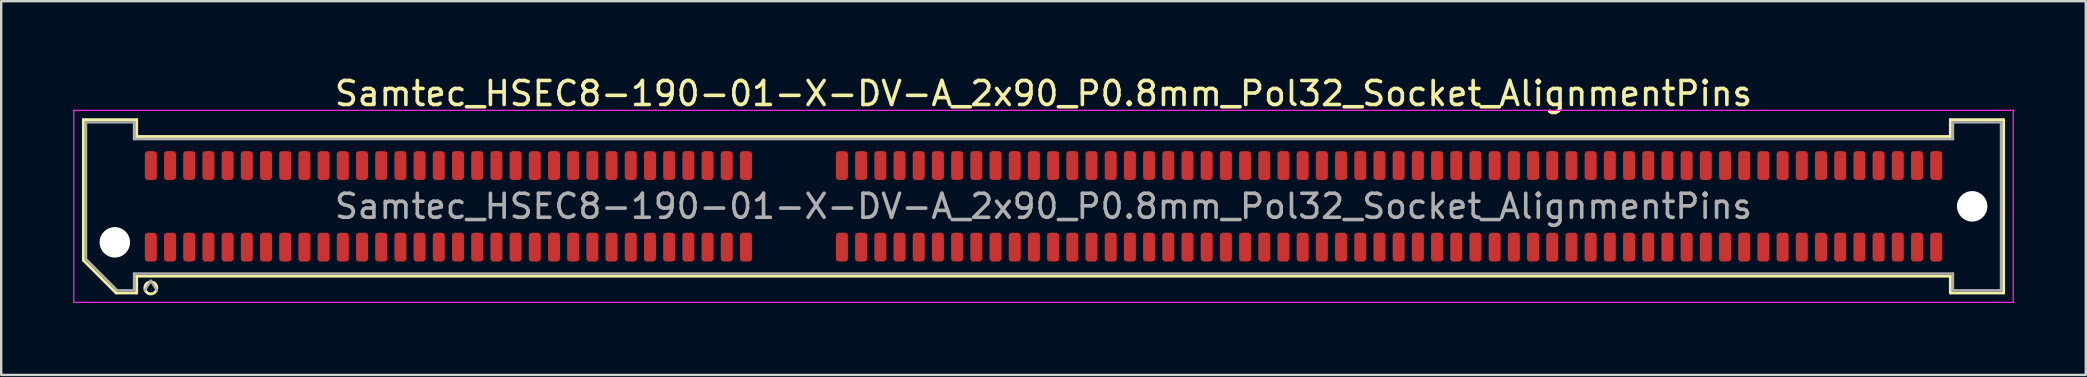
<source format=kicad_pcb>
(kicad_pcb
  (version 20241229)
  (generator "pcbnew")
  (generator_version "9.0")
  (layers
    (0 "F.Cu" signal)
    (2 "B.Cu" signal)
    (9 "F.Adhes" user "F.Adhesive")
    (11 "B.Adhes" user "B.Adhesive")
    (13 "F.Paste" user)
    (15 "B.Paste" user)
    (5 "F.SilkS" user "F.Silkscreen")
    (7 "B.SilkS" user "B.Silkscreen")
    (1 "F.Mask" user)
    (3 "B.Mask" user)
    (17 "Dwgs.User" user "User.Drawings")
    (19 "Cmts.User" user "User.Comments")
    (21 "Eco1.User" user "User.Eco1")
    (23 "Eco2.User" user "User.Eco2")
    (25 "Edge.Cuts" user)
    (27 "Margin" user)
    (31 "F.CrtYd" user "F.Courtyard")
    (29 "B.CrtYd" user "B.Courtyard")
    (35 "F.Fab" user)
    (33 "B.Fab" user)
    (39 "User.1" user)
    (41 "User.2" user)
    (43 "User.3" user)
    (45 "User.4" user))
  (footprint "Samtec_HSEC8-190-01-X-DV-A_2x90_P0.8mm_Pol32_Socket_AlignmentPins"
    (layer "F.Cu")
    (at 40.435 5.548)
    (property "Reference" "Samtec_HSEC8-190-01-X-DV-A_2x90_P0.8mm_Pol32_Socket_AlignmentPins" (at 0 -4.7 0) (layer "F.SilkS") (effects (font (size 1 1) (thickness 0.15))))
    (attr smd)
    (fp_line (start -40.01 -3.61) (end -37.79 -3.61) (stroke (width 0.12) (type solid)) (layer "F.SilkS"))
    (fp_line (start -40.01 2.246) (end -40.01 -3.61) (stroke (width 0.12) (type solid)) (layer "F.SilkS"))
    (fp_line (start -38.646 3.61) (end -40.01 2.246) (stroke (width 0.12) (type solid)) (layer "F.SilkS"))
    (fp_line (start -37.79 -3.61) (end -37.79 -2.91) (stroke (width 0.12) (type solid)) (layer "F.SilkS"))
    (fp_line (start -37.79 -2.91) (end 37.79 -2.91) (stroke (width 0.12) (type solid)) (layer "F.SilkS"))
    (fp_line (start -37.79 2.91) (end -37.79 3.61) (stroke (width 0.12) (type solid)) (layer "F.SilkS"))
    (fp_line (start -37.79 3.61) (end -38.646 3.61) (stroke (width 0.12) (type solid)) (layer "F.SilkS"))
    (fp_line (start 37.79 -3.61) (end 40.01 -3.61) (stroke (width 0.12) (type solid)) (layer "F.SilkS"))
    (fp_line (start 37.79 -2.91) (end 37.79 -3.61) (stroke (width 0.12) (type solid)) (layer "F.SilkS"))
    (fp_line (start 37.79 2.91) (end -37.79 2.91) (stroke (width 0.12) (type solid)) (layer "F.SilkS"))
    (fp_line (start 37.79 3.61) (end 37.79 2.91) (stroke (width 0.12) (type solid)) (layer "F.SilkS"))
    (fp_line (start 40.01 -3.61) (end 40.01 3.61) (stroke (width 0.12) (type solid)) (layer "F.SilkS"))
    (fp_line (start 40.01 3.61) (end 37.79 3.61) (stroke (width 0.12) (type solid)) (layer "F.SilkS"))
    (fp_arc (start -36.95 3.4) (mid -37.45 3.4) (end -36.95 3.4) (stroke (width 0.12) (type solid)) (layer "F.SilkS"))
    (fp_line (start -40.41 -4) (end -40.41 4) (stroke (width 0.05) (type solid)) (layer "F.CrtYd"))
    (fp_line (start -40.41 4) (end 40.41 4) (stroke (width 0.05) (type solid)) (layer "F.CrtYd"))
    (fp_line (start 40.41 -4) (end -40.41 -4) (stroke (width 0.05) (type solid)) (layer "F.CrtYd"))
    (fp_line (start 40.41 4) (end 40.41 -4) (stroke (width 0.05) (type solid)) (layer "F.CrtYd"))
    (fp_line (start -39.9 -3.5) (end -37.9 -3.5) (stroke (width 0.1) (type solid)) (layer "F.Fab"))
    (fp_line (start -39.9 2.2) (end -39.9 -3.5) (stroke (width 0.1) (type solid)) (layer "F.Fab"))
    (fp_line (start -38.6 3.5) (end -39.9 2.2) (stroke (width 0.1) (type solid)) (layer "F.Fab"))
    (fp_line (start -37.9 -3.5) (end -37.9 -2.8) (stroke (width 0.1) (type solid)) (layer "F.Fab"))
    (fp_line (start -37.9 -2.8) (end 37.9 -2.8) (stroke (width 0.1) (type solid)) (layer "F.Fab"))
    (fp_line (start -37.9 2.8) (end -37.9 3.5) (stroke (width 0.1) (type solid)) (layer "F.Fab"))
    (fp_line (start -37.9 3.5) (end -38.6 3.5) (stroke (width 0.1) (type solid)) (layer "F.Fab"))
    (fp_line (start -37.2 3.1) (end -37.45 3.5) (stroke (width 0.1) (type solid)) (layer "F.Fab"))
    (fp_line (start -37.2 3.1) (end -36.95 3.5) (stroke (width 0.1) (type solid)) (layer "F.Fab"))
    (fp_line (start 37.9 -3.5) (end 39.9 -3.5) (stroke (width 0.1) (type solid)) (layer "F.Fab"))
    (fp_line (start 37.9 -2.8) (end 37.9 -3.5) (stroke (width 0.1) (type solid)) (layer "F.Fab"))
    (fp_line (start 37.9 2.8) (end -37.9 2.8) (stroke (width 0.1) (type solid)) (layer "F.Fab"))
    (fp_line (start 37.9 3.5) (end 37.9 2.8) (stroke (width 0.1) (type solid)) (layer "F.Fab"))
    (fp_line (start 39.9 -3.5) (end 39.9 3.5) (stroke (width 0.1) (type solid)) (layer "F.Fab"))
    (fp_line (start 39.9 3.5) (end 37.9 3.5) (stroke (width 0.1) (type solid)) (layer "F.Fab"))
    (fp_text user "${REFERENCE}" (at 0 0 0) (layer "F.Fab") (effects (font (size 1 1) (thickness 0.15))))
    (pad "" np_thru_hole circle (at -38.7 1.5) (size 1.27 1.27) (drill 1.27) (layers "*.Cu" "*.Mask"))
    (pad "" np_thru_hole circle (at 38.7 0) (size 1.27 1.27) (drill 1.27) (layers "*.Cu" "*.Mask"))
    (pad "1" smd roundrect (at -37.2 1.7) (size 0.5 1.2) (layers "F.Cu" "F.Mask" "F.Paste") (roundrect_rratio 0.25))
    (pad "2" smd roundrect (at -37.2 -1.7) (size 0.5 1.2) (layers "F.Cu" "F.Mask" "F.Paste") (roundrect_rratio 0.25))
    (pad "3" smd roundrect (at -36.4 1.7) (size 0.5 1.2) (layers "F.Cu" "F.Mask" "F.Paste") (roundrect_rratio 0.25))
    (pad "4" smd roundrect (at -36.4 -1.7) (size 0.5 1.2) (layers "F.Cu" "F.Mask" "F.Paste") (roundrect_rratio 0.25))
    (pad "5" smd roundrect (at -35.6 1.7) (size 0.5 1.2) (layers "F.Cu" "F.Mask" "F.Paste") (roundrect_rratio 0.25))
    (pad "6" smd roundrect (at -35.6 -1.7) (size 0.5 1.2) (layers "F.Cu" "F.Mask" "F.Paste") (roundrect_rratio 0.25))
    (pad "7" smd roundrect (at -34.8 1.7) (size 0.5 1.2) (layers "F.Cu" "F.Mask" "F.Paste") (roundrect_rratio 0.25))
    (pad "8" smd roundrect (at -34.8 -1.7) (size 0.5 1.2) (layers "F.Cu" "F.Mask" "F.Paste") (roundrect_rratio 0.25))
    (pad "9" smd roundrect (at -34 1.7) (size 0.5 1.2) (layers "F.Cu" "F.Mask" "F.Paste") (roundrect_rratio 0.25))
    (pad "10" smd roundrect (at -34 -1.7) (size 0.5 1.2) (layers "F.Cu" "F.Mask" "F.Paste") (roundrect_rratio 0.25))
    (pad "11" smd roundrect (at -33.2 1.7) (size 0.5 1.2) (layers "F.Cu" "F.Mask" "F.Paste") (roundrect_rratio 0.25))
    (pad "12" smd roundrect (at -33.2 -1.7) (size 0.5 1.2) (layers "F.Cu" "F.Mask" "F.Paste") (roundrect_rratio 0.25))
    (pad "13" smd roundrect (at -32.4 1.7) (size 0.5 1.2) (layers "F.Cu" "F.Mask" "F.Paste") (roundrect_rratio 0.25))
    (pad "14" smd roundrect (at -32.4 -1.7) (size 0.5 1.2) (layers "F.Cu" "F.Mask" "F.Paste") (roundrect_rratio 0.25))
    (pad "15" smd roundrect (at -31.6 1.7) (size 0.5 1.2) (layers "F.Cu" "F.Mask" "F.Paste") (roundrect_rratio 0.25))
    (pad "16" smd roundrect (at -31.6 -1.7) (size 0.5 1.2) (layers "F.Cu" "F.Mask" "F.Paste") (roundrect_rratio 0.25))
    (pad "17" smd roundrect (at -30.8 1.7) (size 0.5 1.2) (layers "F.Cu" "F.Mask" "F.Paste") (roundrect_rratio 0.25))
    (pad "18" smd roundrect (at -30.8 -1.7) (size 0.5 1.2) (layers "F.Cu" "F.Mask" "F.Paste") (roundrect_rratio 0.25))
    (pad "19" smd roundrect (at -30 1.7) (size 0.5 1.2) (layers "F.Cu" "F.Mask" "F.Paste") (roundrect_rratio 0.25))
    (pad "20" smd roundrect (at -30 -1.7) (size 0.5 1.2) (layers "F.Cu" "F.Mask" "F.Paste") (roundrect_rratio 0.25))
    (pad "21" smd roundrect (at -29.2 1.7) (size 0.5 1.2) (layers "F.Cu" "F.Mask" "F.Paste") (roundrect_rratio 0.25))
    (pad "22" smd roundrect (at -29.2 -1.7) (size 0.5 1.2) (layers "F.Cu" "F.Mask" "F.Paste") (roundrect_rratio 0.25))
    (pad "23" smd roundrect (at -28.4 1.7) (size 0.5 1.2) (layers "F.Cu" "F.Mask" "F.Paste") (roundrect_rratio 0.25))
    (pad "24" smd roundrect (at -28.4 -1.7) (size 0.5 1.2) (layers "F.Cu" "F.Mask" "F.Paste") (roundrect_rratio 0.25))
    (pad "25" smd roundrect (at -27.6 1.7) (size 0.5 1.2) (layers "F.Cu" "F.Mask" "F.Paste") (roundrect_rratio 0.25))
    (pad "26" smd roundrect (at -27.6 -1.7) (size 0.5 1.2) (layers "F.Cu" "F.Mask" "F.Paste") (roundrect_rratio 0.25))
    (pad "27" smd roundrect (at -26.8 1.7) (size 0.5 1.2) (layers "F.Cu" "F.Mask" "F.Paste") (roundrect_rratio 0.25))
    (pad "28" smd roundrect (at -26.8 -1.7) (size 0.5 1.2) (layers "F.Cu" "F.Mask" "F.Paste") (roundrect_rratio 0.25))
    (pad "29" smd roundrect (at -26 1.7) (size 0.5 1.2) (layers "F.Cu" "F.Mask" "F.Paste") (roundrect_rratio 0.25))
    (pad "30" smd roundrect (at -26 -1.7) (size 0.5 1.2) (layers "F.Cu" "F.Mask" "F.Paste") (roundrect_rratio 0.25))
    (pad "31" smd roundrect (at -25.2 1.7) (size 0.5 1.2) (layers "F.Cu" "F.Mask" "F.Paste") (roundrect_rratio 0.25))
    (pad "32" smd roundrect (at -25.2 -1.7) (size 0.5 1.2) (layers "F.Cu" "F.Mask" "F.Paste") (roundrect_rratio 0.25))
    (pad "33" smd roundrect (at -24.4 1.7) (size 0.5 1.2) (layers "F.Cu" "F.Mask" "F.Paste") (roundrect_rratio 0.25))
    (pad "34" smd roundrect (at -24.4 -1.7) (size 0.5 1.2) (layers "F.Cu" "F.Mask" "F.Paste") (roundrect_rratio 0.25))
    (pad "35" smd roundrect (at -23.6 1.7) (size 0.5 1.2) (layers "F.Cu" "F.Mask" "F.Paste") (roundrect_rratio 0.25))
    (pad "36" smd roundrect (at -23.6 -1.7) (size 0.5 1.2) (layers "F.Cu" "F.Mask" "F.Paste") (roundrect_rratio 0.25))
    (pad "37" smd roundrect (at -22.8 1.7) (size 0.5 1.2) (layers "F.Cu" "F.Mask" "F.Paste") (roundrect_rratio 0.25))
    (pad "38" smd roundrect (at -22.8 -1.7) (size 0.5 1.2) (layers "F.Cu" "F.Mask" "F.Paste") (roundrect_rratio 0.25))
    (pad "39" smd roundrect (at -22 1.7) (size 0.5 1.2) (layers "F.Cu" "F.Mask" "F.Paste") (roundrect_rratio 0.25))
    (pad "40" smd roundrect (at -22 -1.7) (size 0.5 1.2) (layers "F.Cu" "F.Mask" "F.Paste") (roundrect_rratio 0.25))
    (pad "41" smd roundrect (at -21.2 1.7) (size 0.5 1.2) (layers "F.Cu" "F.Mask" "F.Paste") (roundrect_rratio 0.25))
    (pad "42" smd roundrect (at -21.2 -1.7) (size 0.5 1.2) (layers "F.Cu" "F.Mask" "F.Paste") (roundrect_rratio 0.25))
    (pad "43" smd roundrect (at -20.4 1.7) (size 0.5 1.2) (layers "F.Cu" "F.Mask" "F.Paste") (roundrect_rratio 0.25))
    (pad "44" smd roundrect (at -20.4 -1.7) (size 0.5 1.2) (layers "F.Cu" "F.Mask" "F.Paste") (roundrect_rratio 0.25))
    (pad "45" smd roundrect (at -19.6 1.7) (size 0.5 1.2) (layers "F.Cu" "F.Mask" "F.Paste") (roundrect_rratio 0.25))
    (pad "46" smd roundrect (at -19.6 -1.7) (size 0.5 1.2) (layers "F.Cu" "F.Mask" "F.Paste") (roundrect_rratio 0.25))
    (pad "47" smd roundrect (at -18.8 1.7) (size 0.5 1.2) (layers "F.Cu" "F.Mask" "F.Paste") (roundrect_rratio 0.25))
    (pad "48" smd roundrect (at -18.8 -1.7) (size 0.5 1.2) (layers "F.Cu" "F.Mask" "F.Paste") (roundrect_rratio 0.25))
    (pad "49" smd roundrect (at -18 1.7) (size 0.5 1.2) (layers "F.Cu" "F.Mask" "F.Paste") (roundrect_rratio 0.25))
    (pad "50" smd roundrect (at -18 -1.7) (size 0.5 1.2) (layers "F.Cu" "F.Mask" "F.Paste") (roundrect_rratio 0.25))
    (pad "51" smd roundrect (at -17.2 1.7) (size 0.5 1.2) (layers "F.Cu" "F.Mask" "F.Paste") (roundrect_rratio 0.25))
    (pad "52" smd roundrect (at -17.2 -1.7) (size 0.5 1.2) (layers "F.Cu" "F.Mask" "F.Paste") (roundrect_rratio 0.25))
    (pad "53" smd roundrect (at -16.4 1.7) (size 0.5 1.2) (layers "F.Cu" "F.Mask" "F.Paste") (roundrect_rratio 0.25))
    (pad "54" smd roundrect (at -16.4 -1.7) (size 0.5 1.2) (layers "F.Cu" "F.Mask" "F.Paste") (roundrect_rratio 0.25))
    (pad "55" smd roundrect (at -15.6 1.7) (size 0.5 1.2) (layers "F.Cu" "F.Mask" "F.Paste") (roundrect_rratio 0.25))
    (pad "56" smd roundrect (at -15.6 -1.7) (size 0.5 1.2) (layers "F.Cu" "F.Mask" "F.Paste") (roundrect_rratio 0.25))
    (pad "57" smd roundrect (at -14.8 1.7) (size 0.5 1.2) (layers "F.Cu" "F.Mask" "F.Paste") (roundrect_rratio 0.25))
    (pad "58" smd roundrect (at -14.8 -1.7) (size 0.5 1.2) (layers "F.Cu" "F.Mask" "F.Paste") (roundrect_rratio 0.25))
    (pad "59" smd roundrect (at -14 1.7) (size 0.5 1.2) (layers "F.Cu" "F.Mask" "F.Paste") (roundrect_rratio 0.25))
    (pad "60" smd roundrect (at -14 -1.7) (size 0.5 1.2) (layers "F.Cu" "F.Mask" "F.Paste") (roundrect_rratio 0.25))
    (pad "61" smd roundrect (at -13.2 1.7) (size 0.5 1.2) (layers "F.Cu" "F.Mask" "F.Paste") (roundrect_rratio 0.25))
    (pad "62" smd roundrect (at -13.2 -1.7) (size 0.5 1.2) (layers "F.Cu" "F.Mask" "F.Paste") (roundrect_rratio 0.25))
    (pad "63" smd roundrect (at -12.4 1.7) (size 0.5 1.2) (layers "F.Cu" "F.Mask" "F.Paste") (roundrect_rratio 0.25))
    (pad "64" smd roundrect (at -12.4 -1.7) (size 0.5 1.2) (layers "F.Cu" "F.Mask" "F.Paste") (roundrect_rratio 0.25))
    (pad "65" smd roundrect (at -8.4 1.7) (size 0.5 1.2) (layers "F.Cu" "F.Mask" "F.Paste") (roundrect_rratio 0.25))
    (pad "66" smd roundrect (at -8.4 -1.7) (size 0.5 1.2) (layers "F.Cu" "F.Mask" "F.Paste") (roundrect_rratio 0.25))
    (pad "67" smd roundrect (at -7.6 1.7) (size 0.5 1.2) (layers "F.Cu" "F.Mask" "F.Paste") (roundrect_rratio 0.25))
    (pad "68" smd roundrect (at -7.6 -1.7) (size 0.5 1.2) (layers "F.Cu" "F.Mask" "F.Paste") (roundrect_rratio 0.25))
    (pad "69" smd roundrect (at -6.8 1.7) (size 0.5 1.2) (layers "F.Cu" "F.Mask" "F.Paste") (roundrect_rratio 0.25))
    (pad "70" smd roundrect (at -6.8 -1.7) (size 0.5 1.2) (layers "F.Cu" "F.Mask" "F.Paste") (roundrect_rratio 0.25))
    (pad "71" smd roundrect (at -6 1.7) (size 0.5 1.2) (layers "F.Cu" "F.Mask" "F.Paste") (roundrect_rratio 0.25))
    (pad "72" smd roundrect (at -6 -1.7) (size 0.5 1.2) (layers "F.Cu" "F.Mask" "F.Paste") (roundrect_rratio 0.25))
    (pad "73" smd roundrect (at -5.2 1.7) (size 0.5 1.2) (layers "F.Cu" "F.Mask" "F.Paste") (roundrect_rratio 0.25))
    (pad "74" smd roundrect (at -5.2 -1.7) (size 0.5 1.2) (layers "F.Cu" "F.Mask" "F.Paste") (roundrect_rratio 0.25))
    (pad "75" smd roundrect (at -4.4 1.7) (size 0.5 1.2) (layers "F.Cu" "F.Mask" "F.Paste") (roundrect_rratio 0.25))
    (pad "76" smd roundrect (at -4.4 -1.7) (size 0.5 1.2) (layers "F.Cu" "F.Mask" "F.Paste") (roundrect_rratio 0.25))
    (pad "77" smd roundrect (at -3.6 1.7) (size 0.5 1.2) (layers "F.Cu" "F.Mask" "F.Paste") (roundrect_rratio 0.25))
    (pad "78" smd roundrect (at -3.6 -1.7) (size 0.5 1.2) (layers "F.Cu" "F.Mask" "F.Paste") (roundrect_rratio 0.25))
    (pad "79" smd roundrect (at -2.8 1.7) (size 0.5 1.2) (layers "F.Cu" "F.Mask" "F.Paste") (roundrect_rratio 0.25))
    (pad "80" smd roundrect (at -2.8 -1.7) (size 0.5 1.2) (layers "F.Cu" "F.Mask" "F.Paste") (roundrect_rratio 0.25))
    (pad "81" smd roundrect (at -2 1.7) (size 0.5 1.2) (layers "F.Cu" "F.Mask" "F.Paste") (roundrect_rratio 0.25))
    (pad "82" smd roundrect (at -2 -1.7) (size 0.5 1.2) (layers "F.Cu" "F.Mask" "F.Paste") (roundrect_rratio 0.25))
    (pad "83" smd roundrect (at -1.2 1.7) (size 0.5 1.2) (layers "F.Cu" "F.Mask" "F.Paste") (roundrect_rratio 0.25))
    (pad "84" smd roundrect (at -1.2 -1.7) (size 0.5 1.2) (layers "F.Cu" "F.Mask" "F.Paste") (roundrect_rratio 0.25))
    (pad "85" smd roundrect (at -0.4 1.7) (size 0.5 1.2) (layers "F.Cu" "F.Mask" "F.Paste") (roundrect_rratio 0.25))
    (pad "86" smd roundrect (at -0.4 -1.7) (size 0.5 1.2) (layers "F.Cu" "F.Mask" "F.Paste") (roundrect_rratio 0.25))
    (pad "87" smd roundrect (at 0.4 1.7) (size 0.5 1.2) (layers "F.Cu" "F.Mask" "F.Paste") (roundrect_rratio 0.25))
    (pad "88" smd roundrect (at 0.4 -1.7) (size 0.5 1.2) (layers "F.Cu" "F.Mask" "F.Paste") (roundrect_rratio 0.25))
    (pad "89" smd roundrect (at 1.2 1.7) (size 0.5 1.2) (layers "F.Cu" "F.Mask" "F.Paste") (roundrect_rratio 0.25))
    (pad "90" smd roundrect (at 1.2 -1.7) (size 0.5 1.2) (layers "F.Cu" "F.Mask" "F.Paste") (roundrect_rratio 0.25))
    (pad "91" smd roundrect (at 2 1.7) (size 0.5 1.2) (layers "F.Cu" "F.Mask" "F.Paste") (roundrect_rratio 0.25))
    (pad "92" smd roundrect (at 2 -1.7) (size 0.5 1.2) (layers "F.Cu" "F.Mask" "F.Paste") (roundrect_rratio 0.25))
    (pad "93" smd roundrect (at 2.8 1.7) (size 0.5 1.2) (layers "F.Cu" "F.Mask" "F.Paste") (roundrect_rratio 0.25))
    (pad "94" smd roundrect (at 2.8 -1.7) (size 0.5 1.2) (layers "F.Cu" "F.Mask" "F.Paste") (roundrect_rratio 0.25))
    (pad "95" smd roundrect (at 3.6 1.7) (size 0.5 1.2) (layers "F.Cu" "F.Mask" "F.Paste") (roundrect_rratio 0.25))
    (pad "96" smd roundrect (at 3.6 -1.7) (size 0.5 1.2) (layers "F.Cu" "F.Mask" "F.Paste") (roundrect_rratio 0.25))
    (pad "97" smd roundrect (at 4.4 1.7) (size 0.5 1.2) (layers "F.Cu" "F.Mask" "F.Paste") (roundrect_rratio 0.25))
    (pad "98" smd roundrect (at 4.4 -1.7) (size 0.5 1.2) (layers "F.Cu" "F.Mask" "F.Paste") (roundrect_rratio 0.25))
    (pad "99" smd roundrect (at 5.2 1.7) (size 0.5 1.2) (layers "F.Cu" "F.Mask" "F.Paste") (roundrect_rratio 0.25))
    (pad "100" smd roundrect (at 5.2 -1.7) (size 0.5 1.2) (layers "F.Cu" "F.Mask" "F.Paste") (roundrect_rratio 0.25))
    (pad "101" smd roundrect (at 6 1.7) (size 0.5 1.2) (layers "F.Cu" "F.Mask" "F.Paste") (roundrect_rratio 0.25))
    (pad "102" smd roundrect (at 6 -1.7) (size 0.5 1.2) (layers "F.Cu" "F.Mask" "F.Paste") (roundrect_rratio 0.25))
    (pad "103" smd roundrect (at 6.8 1.7) (size 0.5 1.2) (layers "F.Cu" "F.Mask" "F.Paste") (roundrect_rratio 0.25))
    (pad "104" smd roundrect (at 6.8 -1.7) (size 0.5 1.2) (layers "F.Cu" "F.Mask" "F.Paste") (roundrect_rratio 0.25))
    (pad "105" smd roundrect (at 7.6 1.7) (size 0.5 1.2) (layers "F.Cu" "F.Mask" "F.Paste") (roundrect_rratio 0.25))
    (pad "106" smd roundrect (at 7.6 -1.7) (size 0.5 1.2) (layers "F.Cu" "F.Mask" "F.Paste") (roundrect_rratio 0.25))
    (pad "107" smd roundrect (at 8.4 1.7) (size 0.5 1.2) (layers "F.Cu" "F.Mask" "F.Paste") (roundrect_rratio 0.25))
    (pad "108" smd roundrect (at 8.4 -1.7) (size 0.5 1.2) (layers "F.Cu" "F.Mask" "F.Paste") (roundrect_rratio 0.25))
    (pad "109" smd roundrect (at 9.2 1.7) (size 0.5 1.2) (layers "F.Cu" "F.Mask" "F.Paste") (roundrect_rratio 0.25))
    (pad "110" smd roundrect (at 9.2 -1.7) (size 0.5 1.2) (layers "F.Cu" "F.Mask" "F.Paste") (roundrect_rratio 0.25))
    (pad "111" smd roundrect (at 10 1.7) (size 0.5 1.2) (layers "F.Cu" "F.Mask" "F.Paste") (roundrect_rratio 0.25))
    (pad "112" smd roundrect (at 10 -1.7) (size 0.5 1.2) (layers "F.Cu" "F.Mask" "F.Paste") (roundrect_rratio 0.25))
    (pad "113" smd roundrect (at 10.8 1.7) (size 0.5 1.2) (layers "F.Cu" "F.Mask" "F.Paste") (roundrect_rratio 0.25))
    (pad "114" smd roundrect (at 10.8 -1.7) (size 0.5 1.2) (layers "F.Cu" "F.Mask" "F.Paste") (roundrect_rratio 0.25))
    (pad "115" smd roundrect (at 11.6 1.7) (size 0.5 1.2) (layers "F.Cu" "F.Mask" "F.Paste") (roundrect_rratio 0.25))
    (pad "116" smd roundrect (at 11.6 -1.7) (size 0.5 1.2) (layers "F.Cu" "F.Mask" "F.Paste") (roundrect_rratio 0.25))
    (pad "117" smd roundrect (at 12.4 1.7) (size 0.5 1.2) (layers "F.Cu" "F.Mask" "F.Paste") (roundrect_rratio 0.25))
    (pad "118" smd roundrect (at 12.4 -1.7) (size 0.5 1.2) (layers "F.Cu" "F.Mask" "F.Paste") (roundrect_rratio 0.25))
    (pad "119" smd roundrect (at 13.2 1.7) (size 0.5 1.2) (layers "F.Cu" "F.Mask" "F.Paste") (roundrect_rratio 0.25))
    (pad "120" smd roundrect (at 13.2 -1.7) (size 0.5 1.2) (layers "F.Cu" "F.Mask" "F.Paste") (roundrect_rratio 0.25))
    (pad "121" smd roundrect (at 14 1.7) (size 0.5 1.2) (layers "F.Cu" "F.Mask" "F.Paste") (roundrect_rratio 0.25))
    (pad "122" smd roundrect (at 14 -1.7) (size 0.5 1.2) (layers "F.Cu" "F.Mask" "F.Paste") (roundrect_rratio 0.25))
    (pad "123" smd roundrect (at 14.8 1.7) (size 0.5 1.2) (layers "F.Cu" "F.Mask" "F.Paste") (roundrect_rratio 0.25))
    (pad "124" smd roundrect (at 14.8 -1.7) (size 0.5 1.2) (layers "F.Cu" "F.Mask" "F.Paste") (roundrect_rratio 0.25))
    (pad "125" smd roundrect (at 15.6 1.7) (size 0.5 1.2) (layers "F.Cu" "F.Mask" "F.Paste") (roundrect_rratio 0.25))
    (pad "126" smd roundrect (at 15.6 -1.7) (size 0.5 1.2) (layers "F.Cu" "F.Mask" "F.Paste") (roundrect_rratio 0.25))
    (pad "127" smd roundrect (at 16.4 1.7) (size 0.5 1.2) (layers "F.Cu" "F.Mask" "F.Paste") (roundrect_rratio 0.25))
    (pad "128" smd roundrect (at 16.4 -1.7) (size 0.5 1.2) (layers "F.Cu" "F.Mask" "F.Paste") (roundrect_rratio 0.25))
    (pad "129" smd roundrect (at 17.2 1.7) (size 0.5 1.2) (layers "F.Cu" "F.Mask" "F.Paste") (roundrect_rratio 0.25))
    (pad "130" smd roundrect (at 17.2 -1.7) (size 0.5 1.2) (layers "F.Cu" "F.Mask" "F.Paste") (roundrect_rratio 0.25))
    (pad "131" smd roundrect (at 18 1.7) (size 0.5 1.2) (layers "F.Cu" "F.Mask" "F.Paste") (roundrect_rratio 0.25))
    (pad "132" smd roundrect (at 18 -1.7) (size 0.5 1.2) (layers "F.Cu" "F.Mask" "F.Paste") (roundrect_rratio 0.25))
    (pad "133" smd roundrect (at 18.8 1.7) (size 0.5 1.2) (layers "F.Cu" "F.Mask" "F.Paste") (roundrect_rratio 0.25))
    (pad "134" smd roundrect (at 18.8 -1.7) (size 0.5 1.2) (layers "F.Cu" "F.Mask" "F.Paste") (roundrect_rratio 0.25))
    (pad "135" smd roundrect (at 19.6 1.7) (size 0.5 1.2) (layers "F.Cu" "F.Mask" "F.Paste") (roundrect_rratio 0.25))
    (pad "136" smd roundrect (at 19.6 -1.7) (size 0.5 1.2) (layers "F.Cu" "F.Mask" "F.Paste") (roundrect_rratio 0.25))
    (pad "137" smd roundrect (at 20.4 1.7) (size 0.5 1.2) (layers "F.Cu" "F.Mask" "F.Paste") (roundrect_rratio 0.25))
    (pad "138" smd roundrect (at 20.4 -1.7) (size 0.5 1.2) (layers "F.Cu" "F.Mask" "F.Paste") (roundrect_rratio 0.25))
    (pad "139" smd roundrect (at 21.2 1.7) (size 0.5 1.2) (layers "F.Cu" "F.Mask" "F.Paste") (roundrect_rratio 0.25))
    (pad "140" smd roundrect (at 21.2 -1.7) (size 0.5 1.2) (layers "F.Cu" "F.Mask" "F.Paste") (roundrect_rratio 0.25))
    (pad "141" smd roundrect (at 22 1.7) (size 0.5 1.2) (layers "F.Cu" "F.Mask" "F.Paste") (roundrect_rratio 0.25))
    (pad "142" smd roundrect (at 22 -1.7) (size 0.5 1.2) (layers "F.Cu" "F.Mask" "F.Paste") (roundrect_rratio 0.25))
    (pad "143" smd roundrect (at 22.8 1.7) (size 0.5 1.2) (layers "F.Cu" "F.Mask" "F.Paste") (roundrect_rratio 0.25))
    (pad "144" smd roundrect (at 22.8 -1.7) (size 0.5 1.2) (layers "F.Cu" "F.Mask" "F.Paste") (roundrect_rratio 0.25))
    (pad "145" smd roundrect (at 23.6 1.7) (size 0.5 1.2) (layers "F.Cu" "F.Mask" "F.Paste") (roundrect_rratio 0.25))
    (pad "146" smd roundrect (at 23.6 -1.7) (size 0.5 1.2) (layers "F.Cu" "F.Mask" "F.Paste") (roundrect_rratio 0.25))
    (pad "147" smd roundrect (at 24.4 1.7) (size 0.5 1.2) (layers "F.Cu" "F.Mask" "F.Paste") (roundrect_rratio 0.25))
    (pad "148" smd roundrect (at 24.4 -1.7) (size 0.5 1.2) (layers "F.Cu" "F.Mask" "F.Paste") (roundrect_rratio 0.25))
    (pad "149" smd roundrect (at 25.2 1.7) (size 0.5 1.2) (layers "F.Cu" "F.Mask" "F.Paste") (roundrect_rratio 0.25))
    (pad "150" smd roundrect (at 25.2 -1.7) (size 0.5 1.2) (layers "F.Cu" "F.Mask" "F.Paste") (roundrect_rratio 0.25))
    (pad "151" smd roundrect (at 26 1.7) (size 0.5 1.2) (layers "F.Cu" "F.Mask" "F.Paste") (roundrect_rratio 0.25))
    (pad "152" smd roundrect (at 26 -1.7) (size 0.5 1.2) (layers "F.Cu" "F.Mask" "F.Paste") (roundrect_rratio 0.25))
    (pad "153" smd roundrect (at 26.8 1.7) (size 0.5 1.2) (layers "F.Cu" "F.Mask" "F.Paste") (roundrect_rratio 0.25))
    (pad "154" smd roundrect (at 26.8 -1.7) (size 0.5 1.2) (layers "F.Cu" "F.Mask" "F.Paste") (roundrect_rratio 0.25))
    (pad "155" smd roundrect (at 27.6 1.7) (size 0.5 1.2) (layers "F.Cu" "F.Mask" "F.Paste") (roundrect_rratio 0.25))
    (pad "156" smd roundrect (at 27.6 -1.7) (size 0.5 1.2) (layers "F.Cu" "F.Mask" "F.Paste") (roundrect_rratio 0.25))
    (pad "157" smd roundrect (at 28.4 1.7) (size 0.5 1.2) (layers "F.Cu" "F.Mask" "F.Paste") (roundrect_rratio 0.25))
    (pad "158" smd roundrect (at 28.4 -1.7) (size 0.5 1.2) (layers "F.Cu" "F.Mask" "F.Paste") (roundrect_rratio 0.25))
    (pad "159" smd roundrect (at 29.2 1.7) (size 0.5 1.2) (layers "F.Cu" "F.Mask" "F.Paste") (roundrect_rratio 0.25))
    (pad "160" smd roundrect (at 29.2 -1.7) (size 0.5 1.2) (layers "F.Cu" "F.Mask" "F.Paste") (roundrect_rratio 0.25))
    (pad "161" smd roundrect (at 30 1.7) (size 0.5 1.2) (layers "F.Cu" "F.Mask" "F.Paste") (roundrect_rratio 0.25))
    (pad "162" smd roundrect (at 30 -1.7) (size 0.5 1.2) (layers "F.Cu" "F.Mask" "F.Paste") (roundrect_rratio 0.25))
    (pad "163" smd roundrect (at 30.8 1.7) (size 0.5 1.2) (layers "F.Cu" "F.Mask" "F.Paste") (roundrect_rratio 0.25))
    (pad "164" smd roundrect (at 30.8 -1.7) (size 0.5 1.2) (layers "F.Cu" "F.Mask" "F.Paste") (roundrect_rratio 0.25))
    (pad "165" smd roundrect (at 31.6 1.7) (size 0.5 1.2) (layers "F.Cu" "F.Mask" "F.Paste") (roundrect_rratio 0.25))
    (pad "166" smd roundrect (at 31.6 -1.7) (size 0.5 1.2) (layers "F.Cu" "F.Mask" "F.Paste") (roundrect_rratio 0.25))
    (pad "167" smd roundrect (at 32.4 1.7) (size 0.5 1.2) (layers "F.Cu" "F.Mask" "F.Paste") (roundrect_rratio 0.25))
    (pad "168" smd roundrect (at 32.4 -1.7) (size 0.5 1.2) (layers "F.Cu" "F.Mask" "F.Paste") (roundrect_rratio 0.25))
    (pad "169" smd roundrect (at 33.2 1.7) (size 0.5 1.2) (layers "F.Cu" "F.Mask" "F.Paste") (roundrect_rratio 0.25))
    (pad "170" smd roundrect (at 33.2 -1.7) (size 0.5 1.2) (layers "F.Cu" "F.Mask" "F.Paste") (roundrect_rratio 0.25))
    (pad "171" smd roundrect (at 34 1.7) (size 0.5 1.2) (layers "F.Cu" "F.Mask" "F.Paste") (roundrect_rratio 0.25))
    (pad "172" smd roundrect (at 34 -1.7) (size 0.5 1.2) (layers "F.Cu" "F.Mask" "F.Paste") (roundrect_rratio 0.25))
    (pad "173" smd roundrect (at 34.8 1.7) (size 0.5 1.2) (layers "F.Cu" "F.Mask" "F.Paste") (roundrect_rratio 0.25))
    (pad "174" smd roundrect (at 34.8 -1.7) (size 0.5 1.2) (layers "F.Cu" "F.Mask" "F.Paste") (roundrect_rratio 0.25))
    (pad "175" smd roundrect (at 35.6 1.7) (size 0.5 1.2) (layers "F.Cu" "F.Mask" "F.Paste") (roundrect_rratio 0.25))
    (pad "176" smd roundrect (at 35.6 -1.7) (size 0.5 1.2) (layers "F.Cu" "F.Mask" "F.Paste") (roundrect_rratio 0.25))
    (pad "177" smd roundrect (at 36.4 1.7) (size 0.5 1.2) (layers "F.Cu" "F.Mask" "F.Paste") (roundrect_rratio 0.25))
    (pad "178" smd roundrect (at 36.4 -1.7) (size 0.5 1.2) (layers "F.Cu" "F.Mask" "F.Paste") (roundrect_rratio 0.25))
    (pad "179" smd roundrect (at 37.2 1.7) (size 0.5 1.2) (layers "F.Cu" "F.Mask" "F.Paste") (roundrect_rratio 0.25))
    (pad "180" smd roundrect (at 37.2 -1.7) (size 0.5 1.2) (layers "F.Cu" "F.Mask" "F.Paste") (roundrect_rratio 0.25)))
  (gr_rect
    (start -3 -3)
    (end 83.87 12.573)
    (stroke (width 0.1) (type default))
    (fill no)
    (layer "Edge.Cuts")))
</source>
